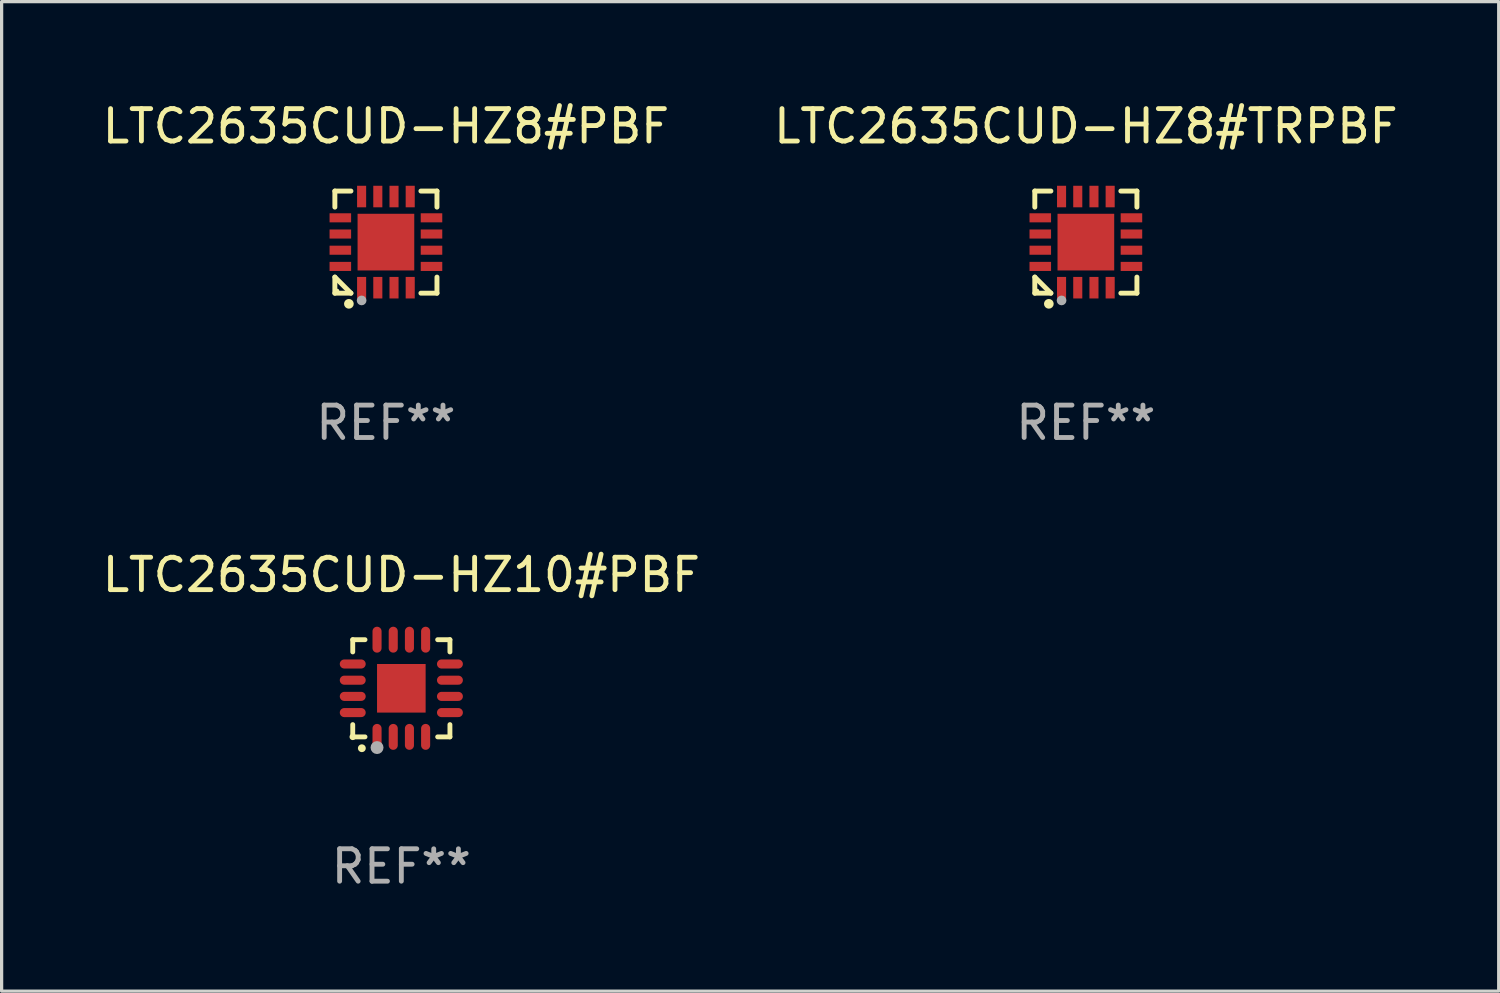
<source format=kicad_pcb>
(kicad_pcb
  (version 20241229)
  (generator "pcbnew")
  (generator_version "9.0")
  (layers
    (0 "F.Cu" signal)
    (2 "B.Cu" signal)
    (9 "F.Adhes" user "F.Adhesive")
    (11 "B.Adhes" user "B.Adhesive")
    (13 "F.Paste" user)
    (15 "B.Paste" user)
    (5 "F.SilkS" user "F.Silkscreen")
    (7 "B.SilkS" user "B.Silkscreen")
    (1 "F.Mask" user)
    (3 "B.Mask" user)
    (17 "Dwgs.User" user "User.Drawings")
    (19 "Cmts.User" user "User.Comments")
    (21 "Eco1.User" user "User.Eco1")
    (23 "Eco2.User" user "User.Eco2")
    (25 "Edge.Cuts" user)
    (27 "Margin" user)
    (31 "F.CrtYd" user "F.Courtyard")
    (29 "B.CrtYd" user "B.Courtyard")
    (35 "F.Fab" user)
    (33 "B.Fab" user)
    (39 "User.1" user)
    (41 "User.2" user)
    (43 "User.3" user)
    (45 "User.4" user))
  (footprint "LTC2635CUD-HZ8#TRPBF"
    (layer "F.Cu")
    (at 30.47 4.424)
    (property "Reference" "LTC2635CUD-HZ8#TRPBF" (at 0 -3.576 0) (layer "F.SilkS") (effects (font (size 1 1) (thickness 0.15))))
    (attr through_hole)
    (fp_line (start -1.576 -1.576) (end -1.08 -1.576) (stroke (width 0.152) (type solid)) (layer "F.SilkS"))
    (fp_line (start -1.576 -1.08) (end -1.576 -1.576) (stroke (width 0.152) (type solid)) (layer "F.SilkS"))
    (fp_line (start -1.576 1.08) (end -1.576 1.576) (stroke (width 0.152) (type solid)) (layer "F.SilkS"))
    (fp_line (start -1.576 1.576) (end -1.08 1.576) (stroke (width 0.152) (type solid)) (layer "F.SilkS"))
    (fp_line (start -1.08 1.576) (end -1.576 1.08) (stroke (width 0.152) (type solid)) (layer "F.SilkS"))
    (fp_line (start 1.576 -1.576) (end 1.08 -1.576) (stroke (width 0.152) (type solid)) (layer "F.SilkS"))
    (fp_line (start 1.576 -1.08) (end 1.576 -1.576) (stroke (width 0.152) (type solid)) (layer "F.SilkS"))
    (fp_line (start 1.576 1.08) (end 1.576 1.576) (stroke (width 0.152) (type solid)) (layer "F.SilkS"))
    (fp_line (start 1.576 1.576) (end 1.08 1.576) (stroke (width 0.152) (type solid)) (layer "F.SilkS"))
    (fp_circle (center -1.5 1.5) (end -1.47 1.5) (stroke (width 0.06) (type solid)) (fill no) (layer "F.SilkS"))
    (fp_circle (center -1.143 1.905) (end -1.068 1.905) (stroke (width 0.15) (type solid)) (fill no) (layer "F.SilkS"))
    (fp_circle (center -0.75 1.8) (end -0.675 1.8) (stroke (width 0.15) (type solid)) (fill no) (layer "F.Fab"))
    (fp_text user "REF**" (at 0 5.576 0) (layer "F.Fab") (effects (font (size 1 1) (thickness 0.15))))
    (pad "1" smd rect (at -0.75 1.407) (size 0.28 0.665) (layers "F.Cu" "F.Mask" "F.Paste"))
    (pad "2" smd rect (at -0.25 1.407) (size 0.28 0.665) (layers "F.Cu" "F.Mask" "F.Paste"))
    (pad "3" smd rect (at 0.25 1.407) (size 0.28 0.665) (layers "F.Cu" "F.Mask" "F.Paste"))
    (pad "4" smd rect (at 0.75 1.407) (size 0.28 0.665) (layers "F.Cu" "F.Mask" "F.Paste"))
    (pad "5" smd rect (at 1.407 0.75) (size 0.665 0.28) (layers "F.Cu" "F.Mask" "F.Paste"))
    (pad "6" smd rect (at 1.407 0.25) (size 0.665 0.28) (layers "F.Cu" "F.Mask" "F.Paste"))
    (pad "7" smd rect (at 1.407 -0.25) (size 0.665 0.28) (layers "F.Cu" "F.Mask" "F.Paste"))
    (pad "8" smd rect (at 1.407 -0.75) (size 0.665 0.28) (layers "F.Cu" "F.Mask" "F.Paste"))
    (pad "9" smd rect (at 0.75 -1.407) (size 0.28 0.665) (layers "F.Cu" "F.Mask" "F.Paste"))
    (pad "10" smd rect (at 0.25 -1.407) (size 0.28 0.665) (layers "F.Cu" "F.Mask" "F.Paste"))
    (pad "11" smd rect (at -0.25 -1.407) (size 0.28 0.665) (layers "F.Cu" "F.Mask" "F.Paste"))
    (pad "12" smd rect (at -0.75 -1.407) (size 0.28 0.665) (layers "F.Cu" "F.Mask" "F.Paste"))
    (pad "13" smd rect (at -1.407 -0.75) (size 0.665 0.28) (layers "F.Cu" "F.Mask" "F.Paste"))
    (pad "14" smd rect (at -1.407 -0.25) (size 0.665 0.28) (layers "F.Cu" "F.Mask" "F.Paste"))
    (pad "15" smd rect (at -1.407 0.25) (size 0.665 0.28) (layers "F.Cu" "F.Mask" "F.Paste"))
    (pad "16" smd rect (at -1.407 0.75) (size 0.665 0.28) (layers "F.Cu" "F.Mask" "F.Paste"))
    (pad "17" smd rect (at 0 0) (size 1.75 1.75) (layers "F.Cu" "F.Mask" "F.Paste")))
  (footprint "LTC2635CUD-HZ10#PBF"
    (layer "F.Cu")
    (at 9.339 18.197)
    (property "Reference" "LTC2635CUD-HZ10#PBF" (at 0 -3.5 0) (layer "F.SilkS") (effects (font (size 1 1) (thickness 0.15))))
    (attr through_hole)
    (fp_line (start -1.5 -1.5) (end -1.121 -1.5) (stroke (width 0.15) (type solid)) (layer "F.SilkS"))
    (fp_line (start -1.5 -1.122) (end -1.5 -1.5) (stroke (width 0.15) (type solid)) (layer "F.SilkS"))
    (fp_line (start -1.5 1.5) (end -1.5 1.121) (stroke (width 0.15) (type solid)) (layer "F.SilkS"))
    (fp_line (start -1.121 1.5) (end -1.5 1.5) (stroke (width 0.15) (type solid)) (layer "F.SilkS"))
    (fp_line (start 1.121 -1.5) (end 1.5 -1.5) (stroke (width 0.15) (type solid)) (layer "F.SilkS"))
    (fp_line (start 1.5 -1.5) (end 1.5 -1.122) (stroke (width 0.15) (type solid)) (layer "F.SilkS"))
    (fp_line (start 1.5 1.121) (end 1.5 1.5) (stroke (width 0.15) (type solid)) (layer "F.SilkS"))
    (fp_line (start 1.5 1.5) (end 1.121 1.5) (stroke (width 0.15) (type solid)) (layer "F.SilkS"))
    (fp_arc (start -1.219926 1.850254) (mid -1.21891 1.85025) (end -1.217894 1.850254) (stroke (width 0.240005) (type solid)) (layer "F.SilkS"))
    (fp_circle (center -1.5 1.5) (end -1.45 1.5) (stroke (width 0.1) (type solid)) (fill no) (layer "F.SilkS"))
    (fp_circle (center -0.75 1.83) (end -0.65 1.83) (stroke (width 0.2) (type solid)) (fill no) (layer "F.Fab"))
    (fp_text user "REF**" (at 0 5.5 0) (layer "F.Fab") (effects (font (size 1 1) (thickness 0.15))))
    (pad "1" smd oval (at -0.75 1.5) (size 0.28 0.8) (layers "F.Cu" "F.Mask" "F.Paste"))
    (pad "2" smd oval (at -0.25 1.5) (size 0.28 0.8) (layers "F.Cu" "F.Mask" "F.Paste"))
    (pad "3" smd oval (at 0.25 1.5) (size 0.28 0.8) (layers "F.Cu" "F.Mask" "F.Paste"))
    (pad "4" smd oval (at 0.75 1.5) (size 0.28 0.8) (layers "F.Cu" "F.Mask" "F.Paste"))
    (pad "5" smd oval (at 1.5 0.75) (size 0.8 0.28) (layers "F.Cu" "F.Mask" "F.Paste"))
    (pad "6" smd oval (at 1.5 0.25) (size 0.8 0.28) (layers "F.Cu" "F.Mask" "F.Paste"))
    (pad "7" smd oval (at 1.5 -0.25) (size 0.8 0.28) (layers "F.Cu" "F.Mask" "F.Paste"))
    (pad "8" smd oval (at 1.5 -0.75) (size 0.8 0.28) (layers "F.Cu" "F.Mask" "F.Paste"))
    (pad "9" smd oval (at 0.75 -1.5) (size 0.28 0.8) (layers "F.Cu" "F.Mask" "F.Paste"))
    (pad "10" smd oval (at 0.25 -1.5) (size 0.28 0.8) (layers "F.Cu" "F.Mask" "F.Paste"))
    (pad "11" smd oval (at -0.25 -1.5) (size 0.28 0.8) (layers "F.Cu" "F.Mask" "F.Paste"))
    (pad "12" smd oval (at -0.75 -1.5) (size 0.28 0.8) (layers "F.Cu" "F.Mask" "F.Paste"))
    (pad "13" smd oval (at -1.5 -0.75) (size 0.8 0.28) (layers "F.Cu" "F.Mask" "F.Paste"))
    (pad "14" smd oval (at -1.5 -0.25) (size 0.8 0.28) (layers "F.Cu" "F.Mask" "F.Paste"))
    (pad "15" smd oval (at -1.5 0.25) (size 0.8 0.28) (layers "F.Cu" "F.Mask" "F.Paste"))
    (pad "16" smd oval (at -1.5 0.75) (size 0.8 0.28) (layers "F.Cu" "F.Mask" "F.Paste"))
    (pad "17" smd rect (at -0.000064 0.000165) (size 1.5 1.5) (layers "F.Cu" "F.Mask" "F.Paste")))
  (footprint "LTC2635CUD-HZ8#PBF"
    (layer "F.Cu")
    (at 8.863 4.424)
    (property "Reference" "LTC2635CUD-HZ8#PBF" (at 0 -3.576 0) (layer "F.SilkS") (effects (font (size 1 1) (thickness 0.15))))
    (attr through_hole)
    (fp_line (start -1.576 -1.576) (end -1.08 -1.576) (stroke (width 0.152) (type solid)) (layer "F.SilkS"))
    (fp_line (start -1.576 -1.08) (end -1.576 -1.576) (stroke (width 0.152) (type solid)) (layer "F.SilkS"))
    (fp_line (start -1.576 1.08) (end -1.576 1.576) (stroke (width 0.152) (type solid)) (layer "F.SilkS"))
    (fp_line (start -1.576 1.576) (end -1.08 1.576) (stroke (width 0.152) (type solid)) (layer "F.SilkS"))
    (fp_line (start -1.08 1.576) (end -1.576 1.08) (stroke (width 0.152) (type solid)) (layer "F.SilkS"))
    (fp_line (start 1.576 -1.576) (end 1.08 -1.576) (stroke (width 0.152) (type solid)) (layer "F.SilkS"))
    (fp_line (start 1.576 -1.08) (end 1.576 -1.576) (stroke (width 0.152) (type solid)) (layer "F.SilkS"))
    (fp_line (start 1.576 1.08) (end 1.576 1.576) (stroke (width 0.152) (type solid)) (layer "F.SilkS"))
    (fp_line (start 1.576 1.576) (end 1.08 1.576) (stroke (width 0.152) (type solid)) (layer "F.SilkS"))
    (fp_circle (center -1.5 1.5) (end -1.47 1.5) (stroke (width 0.06) (type solid)) (fill no) (layer "F.SilkS"))
    (fp_circle (center -1.143 1.905) (end -1.068 1.905) (stroke (width 0.15) (type solid)) (fill no) (layer "F.SilkS"))
    (fp_circle (center -0.75 1.8) (end -0.675 1.8) (stroke (width 0.15) (type solid)) (fill no) (layer "F.Fab"))
    (fp_text user "REF**" (at 0 5.576 0) (layer "F.Fab") (effects (font (size 1 1) (thickness 0.15))))
    (pad "1" smd rect (at -0.75 1.407) (size 0.28 0.665) (layers "F.Cu" "F.Mask" "F.Paste"))
    (pad "2" smd rect (at -0.25 1.407) (size 0.28 0.665) (layers "F.Cu" "F.Mask" "F.Paste"))
    (pad "3" smd rect (at 0.25 1.407) (size 0.28 0.665) (layers "F.Cu" "F.Mask" "F.Paste"))
    (pad "4" smd rect (at 0.75 1.407) (size 0.28 0.665) (layers "F.Cu" "F.Mask" "F.Paste"))
    (pad "5" smd rect (at 1.407 0.75) (size 0.665 0.28) (layers "F.Cu" "F.Mask" "F.Paste"))
    (pad "6" smd rect (at 1.407 0.25) (size 0.665 0.28) (layers "F.Cu" "F.Mask" "F.Paste"))
    (pad "7" smd rect (at 1.407 -0.25) (size 0.665 0.28) (layers "F.Cu" "F.Mask" "F.Paste"))
    (pad "8" smd rect (at 1.407 -0.75) (size 0.665 0.28) (layers "F.Cu" "F.Mask" "F.Paste"))
    (pad "9" smd rect (at 0.75 -1.407) (size 0.28 0.665) (layers "F.Cu" "F.Mask" "F.Paste"))
    (pad "10" smd rect (at 0.25 -1.407) (size 0.28 0.665) (layers "F.Cu" "F.Mask" "F.Paste"))
    (pad "11" smd rect (at -0.25 -1.407) (size 0.28 0.665) (layers "F.Cu" "F.Mask" "F.Paste"))
    (pad "12" smd rect (at -0.75 -1.407) (size 0.28 0.665) (layers "F.Cu" "F.Mask" "F.Paste"))
    (pad "13" smd rect (at -1.407 -0.75) (size 0.665 0.28) (layers "F.Cu" "F.Mask" "F.Paste"))
    (pad "14" smd rect (at -1.407 -0.25) (size 0.665 0.28) (layers "F.Cu" "F.Mask" "F.Paste"))
    (pad "15" smd rect (at -1.407 0.25) (size 0.665 0.28) (layers "F.Cu" "F.Mask" "F.Paste"))
    (pad "16" smd rect (at -1.407 0.75) (size 0.665 0.28) (layers "F.Cu" "F.Mask" "F.Paste"))
    (pad "17" smd rect (at 0 0) (size 1.75 1.75) (layers "F.Cu" "F.Mask" "F.Paste")))
  (gr_rect
    (start -3 -3)
    (end 43.214 27.546)
    (stroke (width 0.1) (type default))
    (fill no)
    (layer "Edge.Cuts")))
</source>
